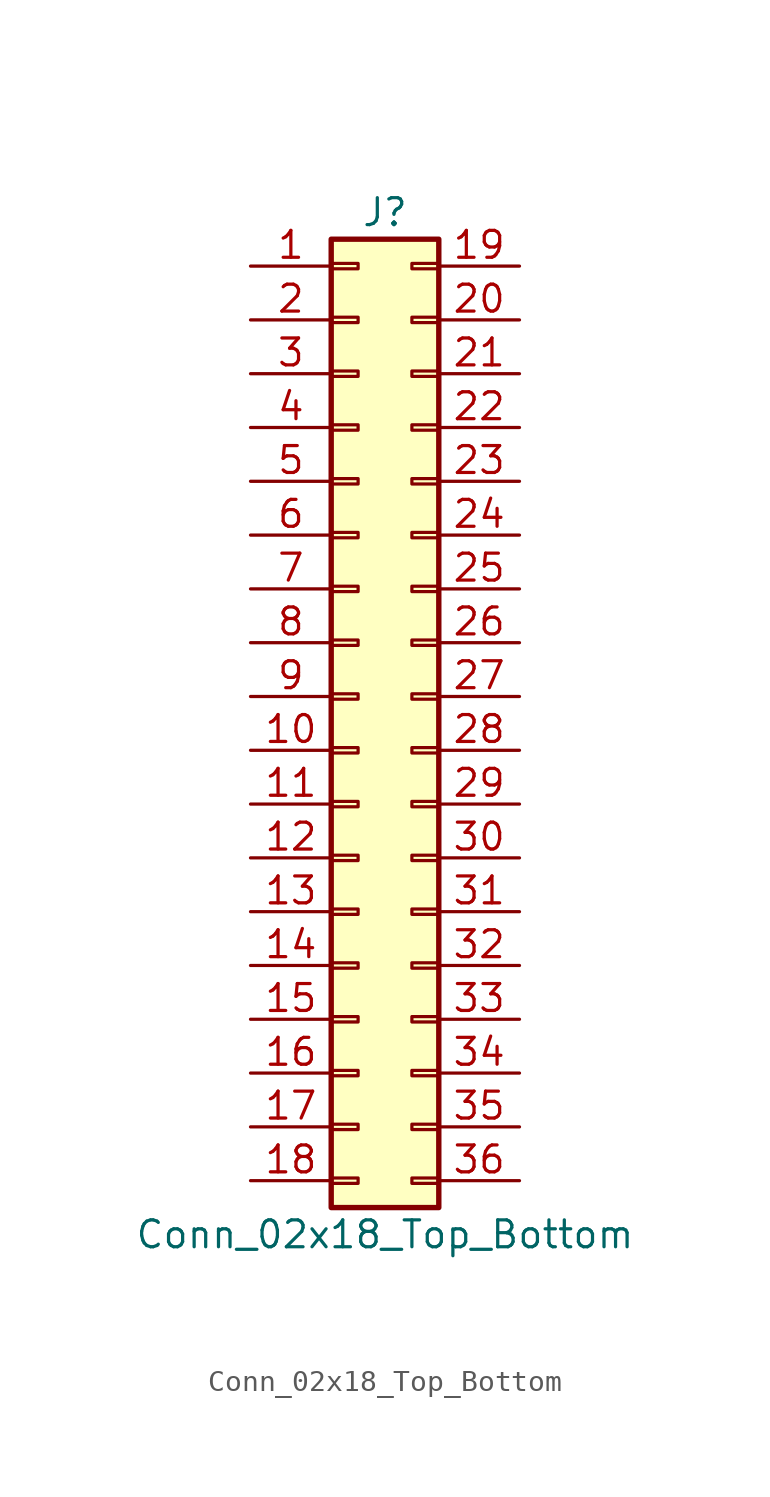
<source format=kicad_sym>
(kicad_symbol_lib
  (version 20220914)
  (generator kicad_symbol_editor)
  (symbol "Conn_02x18_Top_Bottom"
    (pin_names
      (offset 1.016) hide)
    (property "Reference" "J"
      (at 1.27 22.86 0)
      (effects (font (size 1.27 1.27))))
    (property "Value" "Conn_02x18_Top_Bottom"
      (at 1.27 -25.4 0)
      (effects (font (size 1.27 1.27))))
    (symbol "Conn_02x18_Top_Bottom_1_1"
      (rectangle (start -1.27 -22.733) (end 0 -22.987) (stroke (width 0.152) (type default)) (fill (type none)))
      (rectangle (start -1.27 -20.193) (end 0 -20.447) (stroke (width 0.152) (type default)) (fill (type none)))
      (rectangle (start -1.27 -17.653) (end 0 -17.907) (stroke (width 0.152) (type default)) (fill (type none)))
      (rectangle (start -1.27 -15.113) (end 0 -15.367) (stroke (width 0.152) (type default)) (fill (type none)))
      (rectangle (start -1.27 -12.573) (end 0 -12.827) (stroke (width 0.152) (type default)) (fill (type none)))
      (rectangle (start -1.27 -10.033) (end 0 -10.287) (stroke (width 0.152) (type default)) (fill (type none)))
      (rectangle (start -1.27 -7.493) (end 0 -7.747) (stroke (width 0.152) (type default)) (fill (type none)))
      (rectangle (start -1.27 -4.953) (end 0 -5.207) (stroke (width 0.152) (type default)) (fill (type none)))
      (rectangle (start -1.27 -2.413) (end 0 -2.667) (stroke (width 0.152) (type default)) (fill (type none)))
      (rectangle (start -1.27 0.127) (end 0 -0.127) (stroke (width 0.152) (type default)) (fill (type none)))
      (rectangle (start -1.27 2.667) (end 0 2.413) (stroke (width 0.152) (type default)) (fill (type none)))
      (rectangle (start -1.27 5.207) (end 0 4.953) (stroke (width 0.152) (type default)) (fill (type none)))
      (rectangle (start -1.27 7.747) (end 0 7.493) (stroke (width 0.152) (type default)) (fill (type none)))
      (rectangle (start -1.27 10.287) (end 0 10.033) (stroke (width 0.152) (type default)) (fill (type none)))
      (rectangle (start -1.27 12.827) (end 0 12.573) (stroke (width 0.152) (type default)) (fill (type none)))
      (rectangle (start -1.27 15.367) (end 0 15.113) (stroke (width 0.152) (type default)) (fill (type none)))
      (rectangle (start -1.27 17.907) (end 0 17.653) (stroke (width 0.152) (type default)) (fill (type none)))
      (rectangle (start -1.27 20.447) (end 0 20.193) (stroke (width 0.152) (type default)) (fill (type none)))
      (rectangle (start -1.27 21.59) (end 3.81 -24.13) (stroke (width 0.254) (type default)) (fill (type background)))
      (rectangle (start 3.81 -22.733) (end 2.54 -22.987) (stroke (width 0.152) (type default)) (fill (type none)))
      (rectangle (start 3.81 -20.193) (end 2.54 -20.447) (stroke (width 0.152) (type default)) (fill (type none)))
      (rectangle (start 3.81 -17.653) (end 2.54 -17.907) (stroke (width 0.152) (type default)) (fill (type none)))
      (rectangle (start 3.81 -15.113) (end 2.54 -15.367) (stroke (width 0.152) (type default)) (fill (type none)))
      (rectangle (start 3.81 -12.573) (end 2.54 -12.827) (stroke (width 0.152) (type default)) (fill (type none)))
      (rectangle (start 3.81 -10.033) (end 2.54 -10.287) (stroke (width 0.152) (type default)) (fill (type none)))
      (rectangle (start 3.81 -7.493) (end 2.54 -7.747) (stroke (width 0.152) (type default)) (fill (type none)))
      (rectangle (start 3.81 -4.953) (end 2.54 -5.207) (stroke (width 0.152) (type default)) (fill (type none)))
      (rectangle (start 3.81 -2.413) (end 2.54 -2.667) (stroke (width 0.152) (type default)) (fill (type none)))
      (rectangle (start 3.81 0.127) (end 2.54 -0.127) (stroke (width 0.152) (type default)) (fill (type none)))
      (rectangle (start 3.81 2.667) (end 2.54 2.413) (stroke (width 0.152) (type default)) (fill (type none)))
      (rectangle (start 3.81 5.207) (end 2.54 4.953) (stroke (width 0.152) (type default)) (fill (type none)))
      (rectangle (start 3.81 7.747) (end 2.54 7.493) (stroke (width 0.152) (type default)) (fill (type none)))
      (rectangle (start 3.81 10.287) (end 2.54 10.033) (stroke (width 0.152) (type default)) (fill (type none)))
      (rectangle (start 3.81 12.827) (end 2.54 12.573) (stroke (width 0.152) (type default)) (fill (type none)))
      (rectangle (start 3.81 15.367) (end 2.54 15.113) (stroke (width 0.152) (type default)) (fill (type none)))
      (rectangle (start 3.81 17.907) (end 2.54 17.653) (stroke (width 0.152) (type default)) (fill (type none)))
      (rectangle (start 3.81 20.447) (end 2.54 20.193) (stroke (width 0.152) (type default)) (fill (type none)))
      (pin passive line (at -5.08 20.32 0) (length 3.81) (name "Pin_1" (effects (font (size 1.27 1.27)))) (number "1" (effects (font (size 1.27 1.27)))))
      (pin passive line (at -5.08 -2.54 0) (length 3.81) (name "Pin_10" (effects (font (size 1.27 1.27)))) (number "10" (effects (font (size 1.27 1.27)))))
      (pin passive line (at -5.08 -5.08 0) (length 3.81) (name "Pin_11" (effects (font (size 1.27 1.27)))) (number "11" (effects (font (size 1.27 1.27)))))
      (pin passive line (at -5.08 -7.62 0) (length 3.81) (name "Pin_12" (effects (font (size 1.27 1.27)))) (number "12" (effects (font (size 1.27 1.27)))))
      (pin passive line (at -5.08 -10.16 0) (length 3.81) (name "Pin_13" (effects (font (size 1.27 1.27)))) (number "13" (effects (font (size 1.27 1.27)))))
      (pin passive line (at -5.08 -12.7 0) (length 3.81) (name "Pin_14" (effects (font (size 1.27 1.27)))) (number "14" (effects (font (size 1.27 1.27)))))
      (pin passive line (at -5.08 -15.24 0) (length 3.81) (name "Pin_15" (effects (font (size 1.27 1.27)))) (number "15" (effects (font (size 1.27 1.27)))))
      (pin passive line (at -5.08 -17.78 0) (length 3.81) (name "Pin_16" (effects (font (size 1.27 1.27)))) (number "16" (effects (font (size 1.27 1.27)))))
      (pin passive line (at -5.08 -20.32 0) (length 3.81) (name "Pin_17" (effects (font (size 1.27 1.27)))) (number "17" (effects (font (size 1.27 1.27)))))
      (pin passive line (at -5.08 -22.86 0) (length 3.81) (name "Pin_18" (effects (font (size 1.27 1.27)))) (number "18" (effects (font (size 1.27 1.27)))))
      (pin passive line (at 7.62 20.32 180) (length 3.81) (name "Pin_19" (effects (font (size 1.27 1.27)))) (number "19" (effects (font (size 1.27 1.27)))))
      (pin passive line (at -5.08 17.78 0) (length 3.81) (name "Pin_2" (effects (font (size 1.27 1.27)))) (number "2" (effects (font (size 1.27 1.27)))))
      (pin passive line (at 7.62 17.78 180) (length 3.81) (name "Pin_20" (effects (font (size 1.27 1.27)))) (number "20" (effects (font (size 1.27 1.27)))))
      (pin passive line (at 7.62 15.24 180) (length 3.81) (name "Pin_21" (effects (font (size 1.27 1.27)))) (number "21" (effects (font (size 1.27 1.27)))))
      (pin passive line (at 7.62 12.7 180) (length 3.81) (name "Pin_22" (effects (font (size 1.27 1.27)))) (number "22" (effects (font (size 1.27 1.27)))))
      (pin passive line (at 7.62 10.16 180) (length 3.81) (name "Pin_23" (effects (font (size 1.27 1.27)))) (number "23" (effects (font (size 1.27 1.27)))))
      (pin passive line (at 7.62 7.62 180) (length 3.81) (name "Pin_24" (effects (font (size 1.27 1.27)))) (number "24" (effects (font (size 1.27 1.27)))))
      (pin passive line (at 7.62 5.08 180) (length 3.81) (name "Pin_25" (effects (font (size 1.27 1.27)))) (number "25" (effects (font (size 1.27 1.27)))))
      (pin passive line (at 7.62 2.54 180) (length 3.81) (name "Pin_26" (effects (font (size 1.27 1.27)))) (number "26" (effects (font (size 1.27 1.27)))))
      (pin passive line (at 7.62 0 180) (length 3.81) (name "Pin_27" (effects (font (size 1.27 1.27)))) (number "27" (effects (font (size 1.27 1.27)))))
      (pin passive line (at 7.62 -2.54 180) (length 3.81) (name "Pin_28" (effects (font (size 1.27 1.27)))) (number "28" (effects (font (size 1.27 1.27)))))
      (pin passive line (at 7.62 -5.08 180) (length 3.81) (name "Pin_29" (effects (font (size 1.27 1.27)))) (number "29" (effects (font (size 1.27 1.27)))))
      (pin passive line (at -5.08 15.24 0) (length 3.81) (name "Pin_3" (effects (font (size 1.27 1.27)))) (number "3" (effects (font (size 1.27 1.27)))))
      (pin passive line (at 7.62 -7.62 180) (length 3.81) (name "Pin_30" (effects (font (size 1.27 1.27)))) (number "30" (effects (font (size 1.27 1.27)))))
      (pin passive line (at 7.62 -10.16 180) (length 3.81) (name "Pin_31" (effects (font (size 1.27 1.27)))) (number "31" (effects (font (size 1.27 1.27)))))
      (pin passive line (at 7.62 -12.7 180) (length 3.81) (name "Pin_32" (effects (font (size 1.27 1.27)))) (number "32" (effects (font (size 1.27 1.27)))))
      (pin passive line (at 7.62 -15.24 180) (length 3.81) (name "Pin_33" (effects (font (size 1.27 1.27)))) (number "33" (effects (font (size 1.27 1.27)))))
      (pin passive line (at 7.62 -17.78 180) (length 3.81) (name "Pin_34" (effects (font (size 1.27 1.27)))) (number "34" (effects (font (size 1.27 1.27)))))
      (pin passive line (at 7.62 -20.32 180) (length 3.81) (name "Pin_35" (effects (font (size 1.27 1.27)))) (number "35" (effects (font (size 1.27 1.27)))))
      (pin passive line (at 7.62 -22.86 180) (length 3.81) (name "Pin_36" (effects (font (size 1.27 1.27)))) (number "36" (effects (font (size 1.27 1.27)))))
      (pin passive line (at -5.08 12.7 0) (length 3.81) (name "Pin_4" (effects (font (size 1.27 1.27)))) (number "4" (effects (font (size 1.27 1.27)))))
      (pin passive line (at -5.08 10.16 0) (length 3.81) (name "Pin_5" (effects (font (size 1.27 1.27)))) (number "5" (effects (font (size 1.27 1.27)))))
      (pin passive line (at -5.08 7.62 0) (length 3.81) (name "Pin_6" (effects (font (size 1.27 1.27)))) (number "6" (effects (font (size 1.27 1.27)))))
      (pin passive line (at -5.08 5.08 0) (length 3.81) (name "Pin_7" (effects (font (size 1.27 1.27)))) (number "7" (effects (font (size 1.27 1.27)))))
      (pin passive line (at -5.08 2.54 0) (length 3.81) (name "Pin_8" (effects (font (size 1.27 1.27)))) (number "8" (effects (font (size 1.27 1.27)))))
      (pin passive line (at -5.08 0 0) (length 3.81) (name "Pin_9" (effects (font (size 1.27 1.27)))) (number "9" (effects (font (size 1.27 1.27))))))))
</source>
